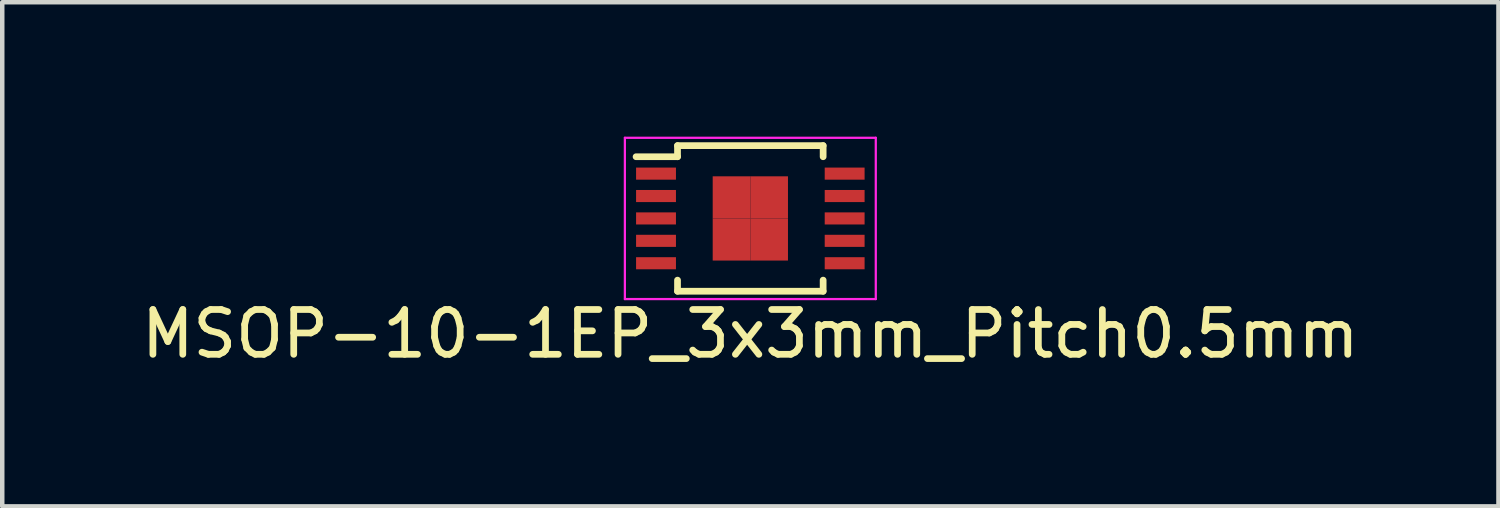
<source format=kicad_pcb>
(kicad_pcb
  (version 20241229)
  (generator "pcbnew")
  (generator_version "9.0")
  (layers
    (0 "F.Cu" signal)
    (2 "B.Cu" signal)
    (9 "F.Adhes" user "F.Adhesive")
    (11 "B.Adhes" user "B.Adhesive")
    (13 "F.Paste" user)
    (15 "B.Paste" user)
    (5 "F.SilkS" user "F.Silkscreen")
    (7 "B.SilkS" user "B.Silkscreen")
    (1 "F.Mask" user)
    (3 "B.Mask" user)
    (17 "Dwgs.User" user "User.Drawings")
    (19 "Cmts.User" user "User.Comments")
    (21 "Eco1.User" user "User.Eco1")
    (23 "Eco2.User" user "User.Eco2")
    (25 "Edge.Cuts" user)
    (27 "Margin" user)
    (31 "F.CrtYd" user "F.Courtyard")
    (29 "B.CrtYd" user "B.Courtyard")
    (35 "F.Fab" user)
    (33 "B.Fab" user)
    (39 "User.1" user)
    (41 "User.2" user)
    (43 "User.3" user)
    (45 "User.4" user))
  (footprint "MSOP-10-1EP_3x3mm_Pitch0.5mm"
    (layer "F.Cu")
    (at 13.696 1.825)
    (property "Reference" "MSOP-10-1EP_3x3mm_Pitch0.5mm" (at 0 2.578 0) (layer "F.SilkS") (effects (font (size 1 1) (thickness 0.15))))
    (attr smd)
    (fp_line (start -1.625 -1.625) (end -1.625 -1.377) (stroke (width 0.15) (type solid)) (layer "F.SilkS"))
    (fp_line (start -1.625 -1.625) (end 1.625 -1.625) (stroke (width 0.15) (type solid)) (layer "F.SilkS"))
    (fp_line (start -1.625 -1.377) (end -2.55 -1.377) (stroke (width 0.15) (type solid)) (layer "F.SilkS"))
    (fp_line (start -1.625 1.625) (end -1.625 1.377) (stroke (width 0.15) (type solid)) (layer "F.SilkS"))
    (fp_line (start -1.625 1.625) (end 1.625 1.625) (stroke (width 0.15) (type solid)) (layer "F.SilkS"))
    (fp_line (start 1.625 -1.625) (end 1.625 -1.377) (stroke (width 0.15) (type solid)) (layer "F.SilkS"))
    (fp_line (start 1.625 1.625) (end 1.625 1.377) (stroke (width 0.15) (type solid)) (layer "F.SilkS"))
    (fp_line (start -2.8 -1.8) (end -2.8 1.8) (stroke (width 0.05) (type solid)) (layer "F.CrtYd"))
    (fp_line (start -2.8 -1.8) (end 2.8 -1.8) (stroke (width 0.05) (type solid)) (layer "F.CrtYd"))
    (fp_line (start -2.8 1.8) (end 2.8 1.8) (stroke (width 0.05) (type solid)) (layer "F.CrtYd"))
    (fp_line (start 2.8 -1.8) (end 2.8 1.8) (stroke (width 0.05) (type solid)) (layer "F.CrtYd"))
    (pad "1" smd rect (at -2.105 -1) (size 0.89 0.27) (layers "F.Cu" "F.Mask" "F.Paste"))
    (pad "2" smd rect (at -2.105 -0.5) (size 0.89 0.27) (layers "F.Cu" "F.Mask" "F.Paste"))
    (pad "3" smd rect (at -2.105 0) (size 0.89 0.27) (layers "F.Cu" "F.Mask" "F.Paste"))
    (pad "4" smd rect (at -2.105 0.5) (size 0.89 0.27) (layers "F.Cu" "F.Mask" "F.Paste"))
    (pad "5" smd rect (at -2.105 1) (size 0.89 0.27) (layers "F.Cu" "F.Mask" "F.Paste"))
    (pad "6" smd rect (at 2.105 1) (size 0.89 0.27) (layers "F.Cu" "F.Mask" "F.Paste"))
    (pad "7" smd rect (at 2.105 0.5) (size 0.89 0.27) (layers "F.Cu" "F.Mask" "F.Paste"))
    (pad "8" smd rect (at 2.105 0) (size 0.89 0.27) (layers "F.Cu" "F.Mask" "F.Paste"))
    (pad "9" smd rect (at 2.105 -0.5) (size 0.89 0.27) (layers "F.Cu" "F.Mask" "F.Paste"))
    (pad "10" smd rect (at 2.105 -1) (size 0.89 0.27) (layers "F.Cu" "F.Mask" "F.Paste"))
    (pad "11" smd rect (at -0.42 -0.47) (size 0.84 0.94) (layers "F.Cu" "F.Mask" "F.Paste"))
    (pad "11" smd rect (at -0.42 0.47) (size 0.84 0.94) (layers "F.Cu" "F.Mask" "F.Paste"))
    (pad "11" smd rect (at 0.42 -0.47) (size 0.84 0.94) (layers "F.Cu" "F.Mask" "F.Paste"))
    (pad "11" smd rect (at 0.42 0.47) (size 0.84 0.94) (layers "F.Cu" "F.Mask" "F.Paste")))
  (gr_rect
    (start -3 -3)
    (end 30.393 8.251)
    (stroke (width 0.1) (type default))
    (fill no)
    (layer "Edge.Cuts")))
</source>
